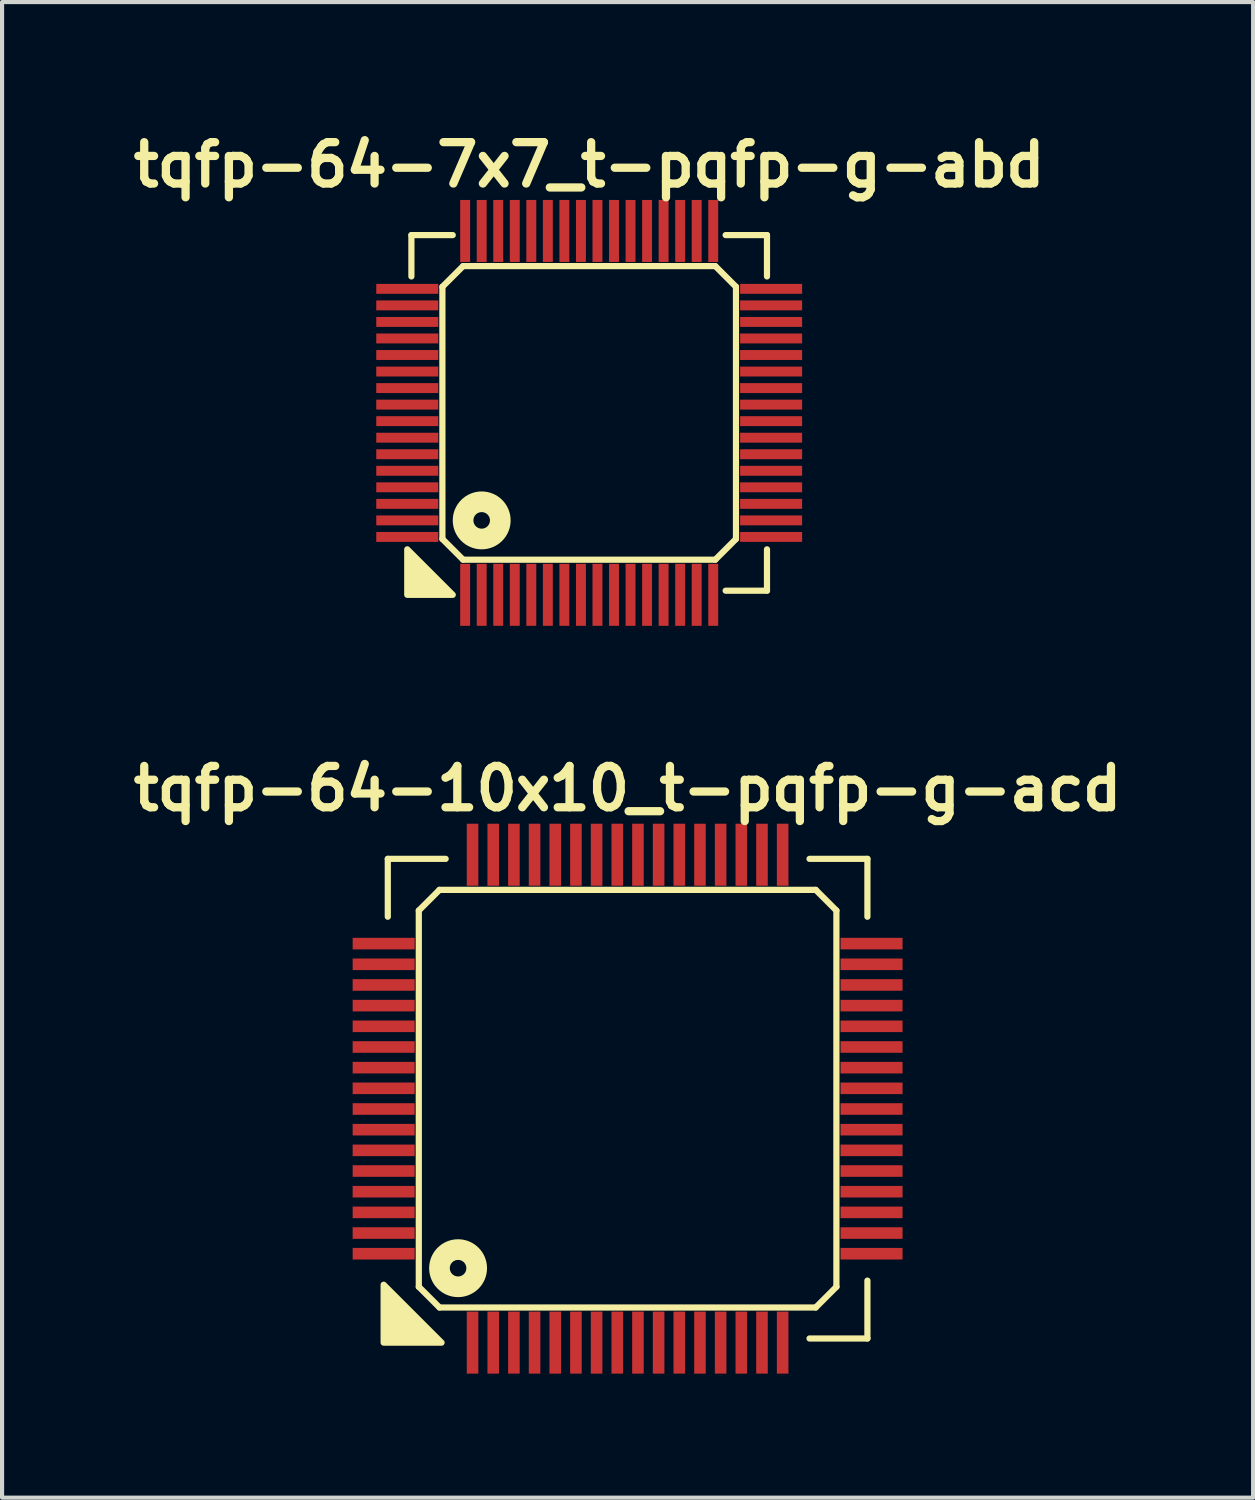
<source format=kicad_pcb>
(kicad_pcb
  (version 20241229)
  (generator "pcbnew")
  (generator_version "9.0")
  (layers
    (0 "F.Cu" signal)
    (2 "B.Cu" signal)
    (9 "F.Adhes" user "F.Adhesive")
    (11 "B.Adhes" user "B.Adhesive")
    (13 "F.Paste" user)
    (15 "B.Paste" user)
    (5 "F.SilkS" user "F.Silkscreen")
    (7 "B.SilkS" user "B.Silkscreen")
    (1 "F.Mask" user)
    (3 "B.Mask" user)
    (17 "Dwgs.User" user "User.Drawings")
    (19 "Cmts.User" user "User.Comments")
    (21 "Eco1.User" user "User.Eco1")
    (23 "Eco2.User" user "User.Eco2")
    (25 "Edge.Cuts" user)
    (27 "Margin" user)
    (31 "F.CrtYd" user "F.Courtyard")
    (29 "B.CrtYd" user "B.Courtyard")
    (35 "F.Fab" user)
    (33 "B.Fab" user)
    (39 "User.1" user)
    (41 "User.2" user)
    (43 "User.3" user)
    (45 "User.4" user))
  (footprint "tqfp-64-10x10_t-pqfp-g-acd"
    (layer "F.Cu")
    (at 12.129 23.522)
    (property "Reference" "tqfp-64-10x10_t-pqfp-g-acd" (at 0 -7.5 0) (layer "F.SilkS") (effects (font (size 1 1) (thickness 0.2))))
    (attr smd)
    (fp_line (start -5.8 -5.8) (end -4.4 -5.8) (stroke (width 0.15) (type solid)) (layer "F.SilkS"))
    (fp_line (start -5.8 -4.4) (end -5.8 -5.8) (stroke (width 0.15) (type solid)) (layer "F.SilkS"))
    (fp_line (start -5.05 -4.55) (end -4.55 -5.05) (stroke (width 0.15) (type solid)) (layer "F.SilkS"))
    (fp_line (start -5.05 4.55) (end -5.05 -4.55) (stroke (width 0.15) (type solid)) (layer "F.SilkS"))
    (fp_line (start -4.55 -5.05) (end 4.55 -5.05) (stroke (width 0.15) (type solid)) (layer "F.SilkS"))
    (fp_line (start -4.55 5.05) (end -5.05 4.55) (stroke (width 0.15) (type solid)) (layer "F.SilkS"))
    (fp_line (start 4.4 -5.8) (end 5.8 -5.8) (stroke (width 0.15) (type solid)) (layer "F.SilkS"))
    (fp_line (start 4.55 -5.05) (end 5.05 -4.55) (stroke (width 0.15) (type solid)) (layer "F.SilkS"))
    (fp_line (start 4.55 5.05) (end -4.55 5.05) (stroke (width 0.15) (type solid)) (layer "F.SilkS"))
    (fp_line (start 5.05 -4.55) (end 5.05 4.55) (stroke (width 0.15) (type solid)) (layer "F.SilkS"))
    (fp_line (start 5.05 4.55) (end 4.55 5.05) (stroke (width 0.15) (type solid)) (layer "F.SilkS"))
    (fp_line (start 5.8 -5.8) (end 5.8 -4.4) (stroke (width 0.15) (type solid)) (layer "F.SilkS"))
    (fp_line (start 5.8 4.4) (end 5.8 5.8) (stroke (width 0.15) (type solid)) (layer "F.SilkS"))
    (fp_line (start 5.8 5.8) (end 4.4 5.8) (stroke (width 0.15) (type solid)) (layer "F.SilkS"))
    (fp_circle (center -4.1 4.1) (end -3.9 4.1) (stroke (width 0.5) (type solid)) (fill no) (layer "F.SilkS"))
    (fp_poly (pts (xy -4.5 5.9) (xy -5.9 5.9) (xy -5.9 4.5)) (stroke (width 0.15) (type solid)) (fill yes) (layer "F.SilkS"))
    (pad "1" smd rect (at -3.75 5.9) (size 0.28 1.5) (layers "F.Cu" "F.Mask" "F.Paste"))
    (pad "2" smd rect (at -3.25 5.9) (size 0.28 1.5) (layers "F.Cu" "F.Mask" "F.Paste"))
    (pad "3" smd rect (at -2.75 5.9) (size 0.28 1.5) (layers "F.Cu" "F.Mask" "F.Paste"))
    (pad "4" smd rect (at -2.25 5.9) (size 0.28 1.5) (layers "F.Cu" "F.Mask" "F.Paste"))
    (pad "5" smd rect (at -1.75 5.9) (size 0.28 1.5) (layers "F.Cu" "F.Mask" "F.Paste"))
    (pad "6" smd rect (at -1.25 5.9) (size 0.28 1.5) (layers "F.Cu" "F.Mask" "F.Paste"))
    (pad "7" smd rect (at -0.75 5.9) (size 0.28 1.5) (layers "F.Cu" "F.Mask" "F.Paste"))
    (pad "8" smd rect (at -0.25 5.9) (size 0.28 1.5) (layers "F.Cu" "F.Mask" "F.Paste"))
    (pad "9" smd rect (at 0.25 5.9) (size 0.28 1.5) (layers "F.Cu" "F.Mask" "F.Paste"))
    (pad "10" smd rect (at 0.75 5.9) (size 0.28 1.5) (layers "F.Cu" "F.Mask" "F.Paste"))
    (pad "11" smd rect (at 1.25 5.9) (size 0.28 1.5) (layers "F.Cu" "F.Mask" "F.Paste"))
    (pad "12" smd rect (at 1.75 5.9) (size 0.28 1.5) (layers "F.Cu" "F.Mask" "F.Paste"))
    (pad "13" smd rect (at 2.25 5.9) (size 0.28 1.5) (layers "F.Cu" "F.Mask" "F.Paste"))
    (pad "14" smd rect (at 2.75 5.9) (size 0.28 1.5) (layers "F.Cu" "F.Mask" "F.Paste"))
    (pad "15" smd rect (at 3.25 5.9) (size 0.28 1.5) (layers "F.Cu" "F.Mask" "F.Paste"))
    (pad "16" smd rect (at 3.75 5.9) (size 0.28 1.5) (layers "F.Cu" "F.Mask" "F.Paste"))
    (pad "17" smd rect (at 5.9 3.75) (size 1.5 0.28) (layers "F.Cu" "F.Mask" "F.Paste"))
    (pad "18" smd rect (at 5.9 3.25) (size 1.5 0.28) (layers "F.Cu" "F.Mask" "F.Paste"))
    (pad "19" smd rect (at 5.9 2.75) (size 1.5 0.28) (layers "F.Cu" "F.Mask" "F.Paste"))
    (pad "20" smd rect (at 5.9 2.25) (size 1.5 0.28) (layers "F.Cu" "F.Mask" "F.Paste"))
    (pad "21" smd rect (at 5.9 1.75) (size 1.5 0.28) (layers "F.Cu" "F.Mask" "F.Paste"))
    (pad "22" smd rect (at 5.9 1.25) (size 1.5 0.28) (layers "F.Cu" "F.Mask" "F.Paste"))
    (pad "23" smd rect (at 5.9 0.75) (size 1.5 0.28) (layers "F.Cu" "F.Mask" "F.Paste"))
    (pad "24" smd rect (at 5.9 0.25) (size 1.5 0.28) (layers "F.Cu" "F.Mask" "F.Paste"))
    (pad "25" smd rect (at 5.9 -0.25) (size 1.5 0.28) (layers "F.Cu" "F.Mask" "F.Paste"))
    (pad "26" smd rect (at 5.9 -0.75) (size 1.5 0.28) (layers "F.Cu" "F.Mask" "F.Paste"))
    (pad "27" smd rect (at 5.9 -1.25) (size 1.5 0.28) (layers "F.Cu" "F.Mask" "F.Paste"))
    (pad "28" smd rect (at 5.9 -1.75) (size 1.5 0.28) (layers "F.Cu" "F.Mask" "F.Paste"))
    (pad "29" smd rect (at 5.9 -2.25) (size 1.5 0.28) (layers "F.Cu" "F.Mask" "F.Paste"))
    (pad "30" smd rect (at 5.9 -2.75) (size 1.5 0.28) (layers "F.Cu" "F.Mask" "F.Paste"))
    (pad "31" smd rect (at 5.9 -3.25) (size 1.5 0.28) (layers "F.Cu" "F.Mask" "F.Paste"))
    (pad "32" smd rect (at 5.9 -3.75) (size 1.5 0.28) (layers "F.Cu" "F.Mask" "F.Paste"))
    (pad "33" smd rect (at 3.75 -5.9) (size 0.28 1.5) (layers "F.Cu" "F.Mask" "F.Paste"))
    (pad "34" smd rect (at 3.25 -5.9) (size 0.28 1.5) (layers "F.Cu" "F.Mask" "F.Paste"))
    (pad "35" smd rect (at 2.75 -5.9) (size 0.28 1.5) (layers "F.Cu" "F.Mask" "F.Paste"))
    (pad "36" smd rect (at 2.25 -5.9) (size 0.28 1.5) (layers "F.Cu" "F.Mask" "F.Paste"))
    (pad "37" smd rect (at 1.75 -5.9) (size 0.28 1.5) (layers "F.Cu" "F.Mask" "F.Paste"))
    (pad "38" smd rect (at 1.25 -5.9) (size 0.28 1.5) (layers "F.Cu" "F.Mask" "F.Paste"))
    (pad "39" smd rect (at 0.75 -5.9) (size 0.28 1.5) (layers "F.Cu" "F.Mask" "F.Paste"))
    (pad "40" smd rect (at 0.25 -5.9) (size 0.28 1.5) (layers "F.Cu" "F.Mask" "F.Paste"))
    (pad "41" smd rect (at -0.25 -5.9) (size 0.28 1.5) (layers "F.Cu" "F.Mask" "F.Paste"))
    (pad "42" smd rect (at -0.75 -5.9) (size 0.28 1.5) (layers "F.Cu" "F.Mask" "F.Paste"))
    (pad "43" smd rect (at -1.25 -5.9) (size 0.28 1.5) (layers "F.Cu" "F.Mask" "F.Paste"))
    (pad "44" smd rect (at -1.75 -5.9) (size 0.28 1.5) (layers "F.Cu" "F.Mask" "F.Paste"))
    (pad "45" smd rect (at -2.25 -5.9) (size 0.28 1.5) (layers "F.Cu" "F.Mask" "F.Paste"))
    (pad "46" smd rect (at -2.75 -5.9) (size 0.28 1.5) (layers "F.Cu" "F.Mask" "F.Paste"))
    (pad "47" smd rect (at -3.25 -5.9) (size 0.28 1.5) (layers "F.Cu" "F.Mask" "F.Paste"))
    (pad "48" smd rect (at -3.75 -5.9) (size 0.28 1.5) (layers "F.Cu" "F.Mask" "F.Paste"))
    (pad "49" smd rect (at -5.9 -3.75) (size 1.5 0.28) (layers "F.Cu" "F.Mask" "F.Paste"))
    (pad "50" smd rect (at -5.9 -3.25) (size 1.5 0.28) (layers "F.Cu" "F.Mask" "F.Paste"))
    (pad "51" smd rect (at -5.9 -2.75) (size 1.5 0.28) (layers "F.Cu" "F.Mask" "F.Paste"))
    (pad "52" smd rect (at -5.9 -2.25) (size 1.5 0.28) (layers "F.Cu" "F.Mask" "F.Paste"))
    (pad "53" smd rect (at -5.9 -1.75) (size 1.5 0.28) (layers "F.Cu" "F.Mask" "F.Paste"))
    (pad "54" smd rect (at -5.9 -1.25) (size 1.5 0.28) (layers "F.Cu" "F.Mask" "F.Paste"))
    (pad "55" smd rect (at -5.9 -0.75) (size 1.5 0.28) (layers "F.Cu" "F.Mask" "F.Paste"))
    (pad "56" smd rect (at -5.9 -0.25) (size 1.5 0.28) (layers "F.Cu" "F.Mask" "F.Paste"))
    (pad "57" smd rect (at -5.9 0.25) (size 1.5 0.28) (layers "F.Cu" "F.Mask" "F.Paste"))
    (pad "58" smd rect (at -5.9 0.75) (size 1.5 0.28) (layers "F.Cu" "F.Mask" "F.Paste"))
    (pad "59" smd rect (at -5.9 1.25) (size 1.5 0.28) (layers "F.Cu" "F.Mask" "F.Paste"))
    (pad "60" smd rect (at -5.9 1.75) (size 1.5 0.28) (layers "F.Cu" "F.Mask" "F.Paste"))
    (pad "61" smd rect (at -5.9 2.25) (size 1.5 0.28) (layers "F.Cu" "F.Mask" "F.Paste"))
    (pad "62" smd rect (at -5.9 2.75) (size 1.5 0.28) (layers "F.Cu" "F.Mask" "F.Paste"))
    (pad "63" smd rect (at -5.9 3.25) (size 1.5 0.28) (layers "F.Cu" "F.Mask" "F.Paste"))
    (pad "64" smd rect (at -5.9 3.75) (size 1.5 0.28) (layers "F.Cu" "F.Mask" "F.Paste")))
  (footprint "tqfp-64-7x7_t-pqfp-g-abd"
    (layer "F.Cu")
    (at 11.2 6.936)
    (property "Reference" "tqfp-64-7x7_t-pqfp-g-abd" (at 0 -6 0) (layer "F.SilkS") (effects (font (size 1 1) (thickness 0.2))))
    (attr smd)
    (fp_line (start -4.3 -4.3) (end -3.3 -4.3) (stroke (width 0.15) (type solid)) (layer "F.SilkS"))
    (fp_line (start -4.3 -3.3) (end -4.3 -4.3) (stroke (width 0.15) (type solid)) (layer "F.SilkS"))
    (fp_line (start -3.55 -3.05) (end -3.05 -3.55) (stroke (width 0.15) (type solid)) (layer "F.SilkS"))
    (fp_line (start -3.55 3.05) (end -3.55 -3.05) (stroke (width 0.15) (type solid)) (layer "F.SilkS"))
    (fp_line (start -3.05 -3.55) (end 3.05 -3.55) (stroke (width 0.15) (type solid)) (layer "F.SilkS"))
    (fp_line (start -3.05 3.55) (end -3.55 3.05) (stroke (width 0.15) (type solid)) (layer "F.SilkS"))
    (fp_line (start 3.05 -3.55) (end 3.55 -3.05) (stroke (width 0.15) (type solid)) (layer "F.SilkS"))
    (fp_line (start 3.05 3.55) (end -3.05 3.55) (stroke (width 0.15) (type solid)) (layer "F.SilkS"))
    (fp_line (start 3.3 -4.3) (end 4.3 -4.3) (stroke (width 0.15) (type solid)) (layer "F.SilkS"))
    (fp_line (start 3.55 -3.05) (end 3.55 3.05) (stroke (width 0.15) (type solid)) (layer "F.SilkS"))
    (fp_line (start 3.55 3.05) (end 3.05 3.55) (stroke (width 0.15) (type solid)) (layer "F.SilkS"))
    (fp_line (start 4.3 -4.3) (end 4.3 -3.3) (stroke (width 0.15) (type solid)) (layer "F.SilkS"))
    (fp_line (start 4.3 3.3) (end 4.3 4.3) (stroke (width 0.15) (type solid)) (layer "F.SilkS"))
    (fp_line (start 4.3 4.3) (end 3.3 4.3) (stroke (width 0.15) (type solid)) (layer "F.SilkS"))
    (fp_circle (center -2.6 2.6) (end -2.4 2.6) (stroke (width 0.5) (type solid)) (fill no) (layer "F.SilkS"))
    (fp_poly (pts (xy -3.3 4.4) (xy -4.4 4.4) (xy -4.4 3.3)) (stroke (width 0.15) (type solid)) (fill yes) (layer "F.SilkS"))
    (pad "1" smd rect (at -3 4.4) (size 0.24 1.5) (layers "F.Cu" "F.Mask" "F.Paste"))
    (pad "2" smd rect (at -2.6 4.4) (size 0.24 1.5) (layers "F.Cu" "F.Mask" "F.Paste"))
    (pad "3" smd rect (at -2.2 4.4) (size 0.24 1.5) (layers "F.Cu" "F.Mask" "F.Paste"))
    (pad "4" smd rect (at -1.8 4.4) (size 0.24 1.5) (layers "F.Cu" "F.Mask" "F.Paste"))
    (pad "5" smd rect (at -1.4 4.4) (size 0.24 1.5) (layers "F.Cu" "F.Mask" "F.Paste"))
    (pad "6" smd rect (at -1 4.4) (size 0.24 1.5) (layers "F.Cu" "F.Mask" "F.Paste"))
    (pad "7" smd rect (at -0.6 4.4) (size 0.24 1.5) (layers "F.Cu" "F.Mask" "F.Paste"))
    (pad "8" smd rect (at -0.2 4.4) (size 0.24 1.5) (layers "F.Cu" "F.Mask" "F.Paste"))
    (pad "9" smd rect (at 0.2 4.4) (size 0.24 1.5) (layers "F.Cu" "F.Mask" "F.Paste"))
    (pad "10" smd rect (at 0.6 4.4) (size 0.24 1.5) (layers "F.Cu" "F.Mask" "F.Paste"))
    (pad "11" smd rect (at 1 4.4) (size 0.24 1.5) (layers "F.Cu" "F.Mask" "F.Paste"))
    (pad "12" smd rect (at 1.4 4.4) (size 0.24 1.5) (layers "F.Cu" "F.Mask" "F.Paste"))
    (pad "13" smd rect (at 1.8 4.4) (size 0.24 1.5) (layers "F.Cu" "F.Mask" "F.Paste"))
    (pad "14" smd rect (at 2.2 4.4) (size 0.24 1.5) (layers "F.Cu" "F.Mask" "F.Paste"))
    (pad "15" smd rect (at 2.6 4.4) (size 0.24 1.5) (layers "F.Cu" "F.Mask" "F.Paste"))
    (pad "16" smd rect (at 3 4.4) (size 0.24 1.5) (layers "F.Cu" "F.Mask" "F.Paste"))
    (pad "17" smd rect (at 4.4 3) (size 1.5 0.24) (layers "F.Cu" "F.Mask" "F.Paste"))
    (pad "18" smd rect (at 4.4 2.6) (size 1.5 0.24) (layers "F.Cu" "F.Mask" "F.Paste"))
    (pad "19" smd rect (at 4.4 2.2) (size 1.5 0.24) (layers "F.Cu" "F.Mask" "F.Paste"))
    (pad "20" smd rect (at 4.4 1.8) (size 1.5 0.24) (layers "F.Cu" "F.Mask" "F.Paste"))
    (pad "21" smd rect (at 4.4 1.4) (size 1.5 0.24) (layers "F.Cu" "F.Mask" "F.Paste"))
    (pad "22" smd rect (at 4.4 1) (size 1.5 0.24) (layers "F.Cu" "F.Mask" "F.Paste"))
    (pad "23" smd rect (at 4.4 0.6) (size 1.5 0.24) (layers "F.Cu" "F.Mask" "F.Paste"))
    (pad "24" smd rect (at 4.4 0.2) (size 1.5 0.24) (layers "F.Cu" "F.Mask" "F.Paste"))
    (pad "25" smd rect (at 4.4 -0.2) (size 1.5 0.24) (layers "F.Cu" "F.Mask" "F.Paste"))
    (pad "26" smd rect (at 4.4 -0.6) (size 1.5 0.24) (layers "F.Cu" "F.Mask" "F.Paste"))
    (pad "27" smd rect (at 4.4 -1) (size 1.5 0.24) (layers "F.Cu" "F.Mask" "F.Paste"))
    (pad "28" smd rect (at 4.4 -1.4) (size 1.5 0.24) (layers "F.Cu" "F.Mask" "F.Paste"))
    (pad "29" smd rect (at 4.4 -1.8) (size 1.5 0.24) (layers "F.Cu" "F.Mask" "F.Paste"))
    (pad "30" smd rect (at 4.4 -2.2) (size 1.5 0.24) (layers "F.Cu" "F.Mask" "F.Paste"))
    (pad "31" smd rect (at 4.4 -2.6) (size 1.5 0.24) (layers "F.Cu" "F.Mask" "F.Paste"))
    (pad "32" smd rect (at 4.4 -3) (size 1.5 0.24) (layers "F.Cu" "F.Mask" "F.Paste"))
    (pad "33" smd rect (at 3 -4.4) (size 0.24 1.5) (layers "F.Cu" "F.Mask" "F.Paste"))
    (pad "34" smd rect (at 2.6 -4.4) (size 0.24 1.5) (layers "F.Cu" "F.Mask" "F.Paste"))
    (pad "35" smd rect (at 2.2 -4.4) (size 0.24 1.5) (layers "F.Cu" "F.Mask" "F.Paste"))
    (pad "36" smd rect (at 1.8 -4.4) (size 0.24 1.5) (layers "F.Cu" "F.Mask" "F.Paste"))
    (pad "37" smd rect (at 1.4 -4.4) (size 0.24 1.5) (layers "F.Cu" "F.Mask" "F.Paste"))
    (pad "38" smd rect (at 1 -4.4) (size 0.24 1.5) (layers "F.Cu" "F.Mask" "F.Paste"))
    (pad "39" smd rect (at 0.6 -4.4) (size 0.24 1.5) (layers "F.Cu" "F.Mask" "F.Paste"))
    (pad "40" smd rect (at 0.2 -4.4) (size 0.24 1.5) (layers "F.Cu" "F.Mask" "F.Paste"))
    (pad "41" smd rect (at -0.2 -4.4) (size 0.24 1.5) (layers "F.Cu" "F.Mask" "F.Paste"))
    (pad "42" smd rect (at -0.6 -4.4) (size 0.24 1.5) (layers "F.Cu" "F.Mask" "F.Paste"))
    (pad "43" smd rect (at -1 -4.4) (size 0.24 1.5) (layers "F.Cu" "F.Mask" "F.Paste"))
    (pad "44" smd rect (at -1.4 -4.4) (size 0.24 1.5) (layers "F.Cu" "F.Mask" "F.Paste"))
    (pad "45" smd rect (at -1.8 -4.4) (size 0.24 1.5) (layers "F.Cu" "F.Mask" "F.Paste"))
    (pad "46" smd rect (at -2.2 -4.4) (size 0.24 1.5) (layers "F.Cu" "F.Mask" "F.Paste"))
    (pad "47" smd rect (at -2.6 -4.4) (size 0.24 1.5) (layers "F.Cu" "F.Mask" "F.Paste"))
    (pad "48" smd rect (at -3 -4.4) (size 0.24 1.5) (layers "F.Cu" "F.Mask" "F.Paste"))
    (pad "49" smd rect (at -4.4 -3) (size 1.5 0.24) (layers "F.Cu" "F.Mask" "F.Paste"))
    (pad "50" smd rect (at -4.4 -2.6) (size 1.5 0.24) (layers "F.Cu" "F.Mask" "F.Paste"))
    (pad "51" smd rect (at -4.4 -2.2) (size 1.5 0.24) (layers "F.Cu" "F.Mask" "F.Paste"))
    (pad "52" smd rect (at -4.4 -1.8) (size 1.5 0.24) (layers "F.Cu" "F.Mask" "F.Paste"))
    (pad "53" smd rect (at -4.4 -1.4) (size 1.5 0.24) (layers "F.Cu" "F.Mask" "F.Paste"))
    (pad "54" smd rect (at -4.4 -1) (size 1.5 0.24) (layers "F.Cu" "F.Mask" "F.Paste"))
    (pad "55" smd rect (at -4.4 -0.6) (size 1.5 0.24) (layers "F.Cu" "F.Mask" "F.Paste"))
    (pad "56" smd rect (at -4.4 -0.2) (size 1.5 0.24) (layers "F.Cu" "F.Mask" "F.Paste"))
    (pad "57" smd rect (at -4.4 0.2) (size 1.5 0.24) (layers "F.Cu" "F.Mask" "F.Paste"))
    (pad "58" smd rect (at -4.4 0.6) (size 1.5 0.24) (layers "F.Cu" "F.Mask" "F.Paste"))
    (pad "59" smd rect (at -4.4 1) (size 1.5 0.24) (layers "F.Cu" "F.Mask" "F.Paste"))
    (pad "60" smd rect (at -4.4 1.4) (size 1.5 0.24) (layers "F.Cu" "F.Mask" "F.Paste"))
    (pad "61" smd rect (at -4.4 1.8) (size 1.5 0.24) (layers "F.Cu" "F.Mask" "F.Paste"))
    (pad "62" smd rect (at -4.4 2.2) (size 1.5 0.24) (layers "F.Cu" "F.Mask" "F.Paste"))
    (pad "63" smd rect (at -4.4 2.6) (size 1.5 0.24) (layers "F.Cu" "F.Mask" "F.Paste"))
    (pad "64" smd rect (at -4.4 3) (size 1.5 0.24) (layers "F.Cu" "F.Mask" "F.Paste")))
  (gr_rect
    (start -3 -3)
    (end 27.257 33.172)
    (stroke (width 0.1) (type default))
    (fill no)
    (layer "Edge.Cuts")))
</source>
